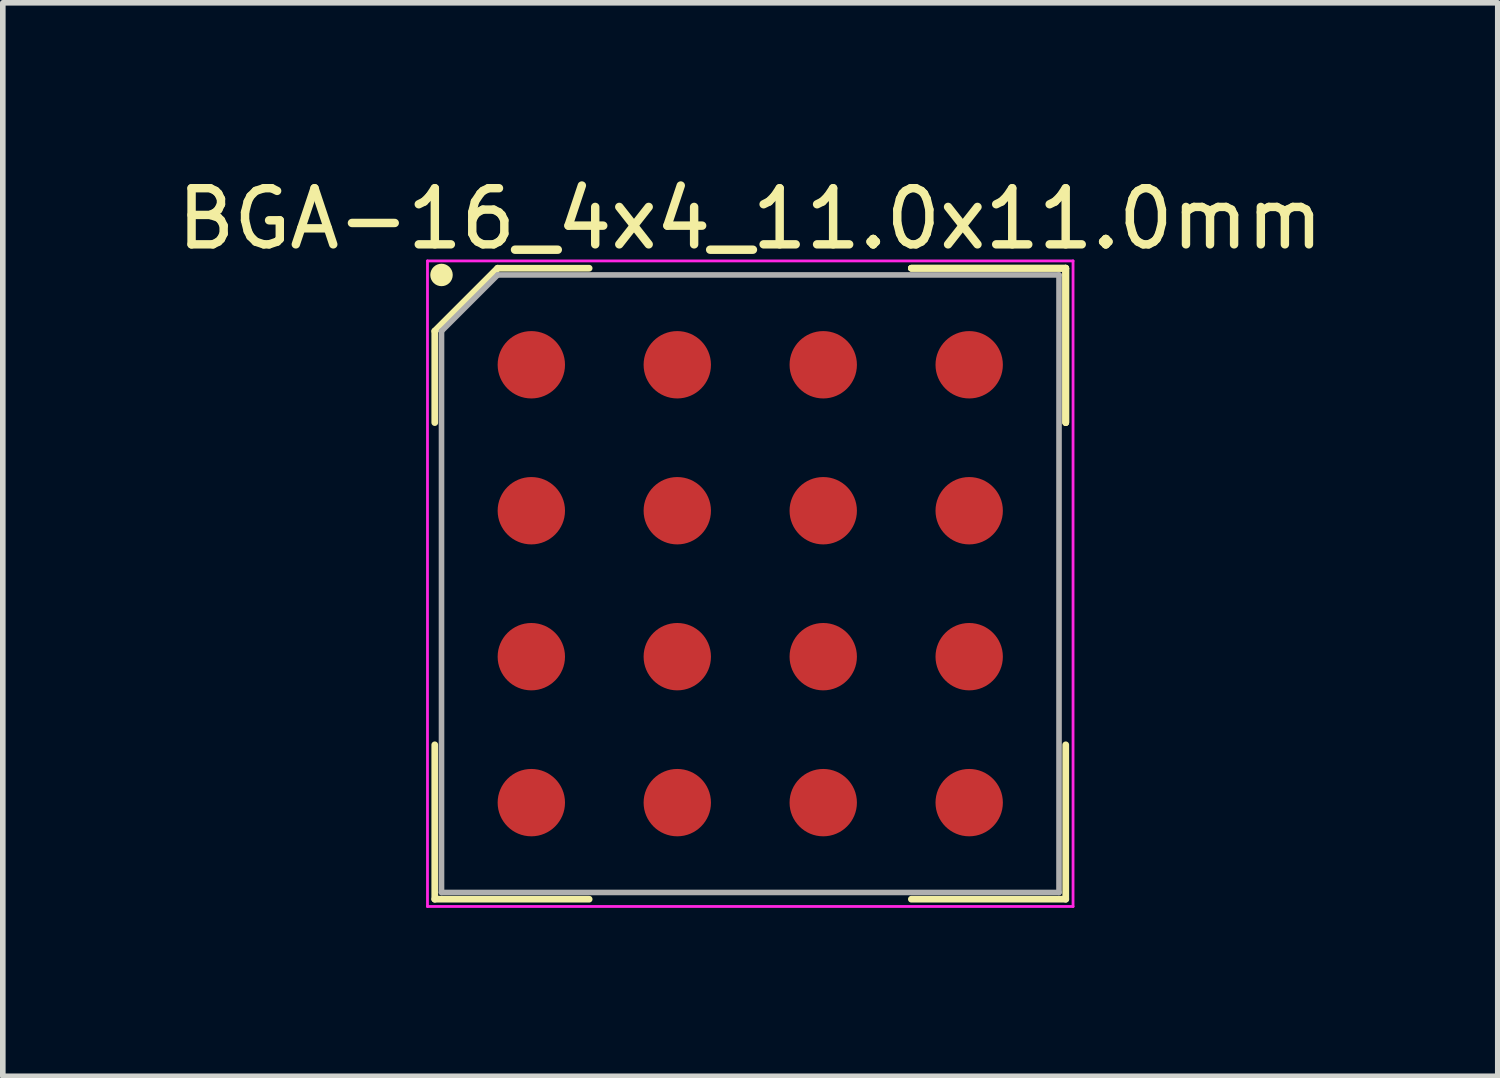
<source format=kicad_pcb>
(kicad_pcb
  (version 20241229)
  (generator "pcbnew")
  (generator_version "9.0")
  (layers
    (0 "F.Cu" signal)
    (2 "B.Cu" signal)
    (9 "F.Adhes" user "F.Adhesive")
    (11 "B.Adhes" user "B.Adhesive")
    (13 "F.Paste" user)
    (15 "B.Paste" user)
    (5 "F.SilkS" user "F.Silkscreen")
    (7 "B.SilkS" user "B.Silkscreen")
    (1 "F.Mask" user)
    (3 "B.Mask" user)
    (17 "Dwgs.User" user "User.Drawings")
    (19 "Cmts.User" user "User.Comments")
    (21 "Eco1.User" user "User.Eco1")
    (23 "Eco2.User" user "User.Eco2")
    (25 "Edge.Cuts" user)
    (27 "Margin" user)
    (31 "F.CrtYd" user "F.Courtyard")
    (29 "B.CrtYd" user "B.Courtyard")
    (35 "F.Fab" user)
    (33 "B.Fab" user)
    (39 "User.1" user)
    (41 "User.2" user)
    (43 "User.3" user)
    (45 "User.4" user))
  (footprint "BGA-16_4x4_11.0x11.0mm"
    (layer "F.Cu")
    (at 10.315 7.348)
    (property "Reference" "BGA-16_4x4_11.0x11.0mm" (at 0 -6.5 0) (layer "F.SilkS") (effects (font (size 1 1) (thickness 0.15))))
    (attr smd)
    (fp_line (start -5.62 -4.5) (end -5.62 -2.87) (stroke (width 0.12) (type solid)) (layer "F.SilkS"))
    (fp_line (start -5.62 5.62) (end -5.62 2.87) (stroke (width 0.12) (type solid)) (layer "F.SilkS"))
    (fp_line (start -4.5 -5.62) (end -5.62 -4.5) (stroke (width 0.12) (type solid)) (layer "F.SilkS"))
    (fp_line (start -2.87 -5.62) (end -4.5 -5.62) (stroke (width 0.12) (type solid)) (layer "F.SilkS"))
    (fp_line (start -2.87 5.62) (end -5.62 5.62) (stroke (width 0.12) (type solid)) (layer "F.SilkS"))
    (fp_line (start 2.87 -5.62) (end 5.62 -5.62) (stroke (width 0.12) (type solid)) (layer "F.SilkS"))
    (fp_line (start 2.87 -5.62) (end 5.62 -5.62) (stroke (width 0.12) (type solid)) (layer "F.SilkS"))
    (fp_line (start 2.87 -5.62) (end 5.62 -5.62) (stroke (width 0.12) (type solid)) (layer "F.SilkS"))
    (fp_line (start 2.87 5.62) (end 5.62 5.62) (stroke (width 0.12) (type solid)) (layer "F.SilkS"))
    (fp_line (start 5.62 -5.62) (end 5.62 -2.87) (stroke (width 0.12) (type solid)) (layer "F.SilkS"))
    (fp_line (start 5.62 -5.62) (end 5.62 -2.87) (stroke (width 0.12) (type solid)) (layer "F.SilkS"))
    (fp_line (start 5.62 -5.62) (end 5.62 -2.87) (stroke (width 0.12) (type solid)) (layer "F.SilkS"))
    (fp_line (start 5.62 5.62) (end 5.62 2.87) (stroke (width 0.12) (type solid)) (layer "F.SilkS"))
    (fp_circle (center -5.5 -5.5) (end -5.5 -5.4) (stroke (width 0.2) (type solid)) (fill no) (layer "F.SilkS"))
    (fp_line (start -5.75 -5.75) (end 5.75 -5.75) (stroke (width 0.05) (type solid)) (layer "F.CrtYd"))
    (fp_line (start -5.75 5.75) (end -5.75 -5.75) (stroke (width 0.05) (type solid)) (layer "F.CrtYd"))
    (fp_line (start 5.75 -5.75) (end 5.75 5.75) (stroke (width 0.05) (type solid)) (layer "F.CrtYd"))
    (fp_line (start 5.75 5.75) (end -5.75 5.75) (stroke (width 0.05) (type solid)) (layer "F.CrtYd"))
    (fp_line (start -5.5 -4.5) (end -5.5 5.5) (stroke (width 0.1) (type solid)) (layer "F.Fab"))
    (fp_line (start -5.5 5.5) (end 5.5 5.5) (stroke (width 0.1) (type solid)) (layer "F.Fab"))
    (fp_line (start -4.5 -5.5) (end -5.5 -4.5) (stroke (width 0.1) (type solid)) (layer "F.Fab"))
    (fp_line (start 5.5 -5.5) (end -4.5 -5.5) (stroke (width 0.1) (type solid)) (layer "F.Fab"))
    (fp_line (start 5.5 5.5) (end 5.5 -5.5) (stroke (width 0.1) (type solid)) (layer "F.Fab"))
    (pad "A1" smd circle (at -3.9 -3.9) (size 1.2 1.2) (layers "F.Cu" "F.Mask" "F.Paste"))
    (pad "A2" smd circle (at -1.3 -3.9) (size 1.2 1.2) (layers "F.Cu" "F.Mask" "F.Paste"))
    (pad "A3" smd circle (at 1.3 -3.9) (size 1.2 1.2) (layers "F.Cu" "F.Mask" "F.Paste"))
    (pad "A4" smd circle (at 3.9 -3.9) (size 1.2 1.2) (layers "F.Cu" "F.Mask" "F.Paste"))
    (pad "B1" smd circle (at -3.9 -1.3) (size 1.2 1.2) (layers "F.Cu" "F.Mask" "F.Paste"))
    (pad "B2" smd circle (at -1.3 -1.3) (size 1.2 1.2) (layers "F.Cu" "F.Mask" "F.Paste"))
    (pad "B3" smd circle (at 1.3 -1.3) (size 1.2 1.2) (layers "F.Cu" "F.Mask" "F.Paste"))
    (pad "B4" smd circle (at 3.9 -1.3) (size 1.2 1.2) (layers "F.Cu" "F.Mask" "F.Paste"))
    (pad "C1" smd circle (at -3.9 1.3) (size 1.2 1.2) (layers "F.Cu" "F.Mask" "F.Paste"))
    (pad "C2" smd circle (at -1.3 1.3) (size 1.2 1.2) (layers "F.Cu" "F.Mask" "F.Paste"))
    (pad "C3" smd circle (at 1.3 1.3) (size 1.2 1.2) (layers "F.Cu" "F.Mask" "F.Paste"))
    (pad "C4" smd circle (at 3.9 1.3) (size 1.2 1.2) (layers "F.Cu" "F.Mask" "F.Paste"))
    (pad "D1" smd circle (at -3.9 3.9) (size 1.2 1.2) (layers "F.Cu" "F.Mask" "F.Paste"))
    (pad "D2" smd circle (at -1.3 3.9) (size 1.2 1.2) (layers "F.Cu" "F.Mask" "F.Paste"))
    (pad "D3" smd circle (at 1.3 3.9) (size 1.2 1.2) (layers "F.Cu" "F.Mask" "F.Paste"))
    (pad "D4" smd circle (at 3.9 3.9) (size 1.2 1.2) (layers "F.Cu" "F.Mask" "F.Paste")))
  (gr_rect
    (start -3 -3)
    (end 23.631 16.123)
    (stroke (width 0.1) (type default))
    (fill no)
    (layer "Edge.Cuts")))
</source>
